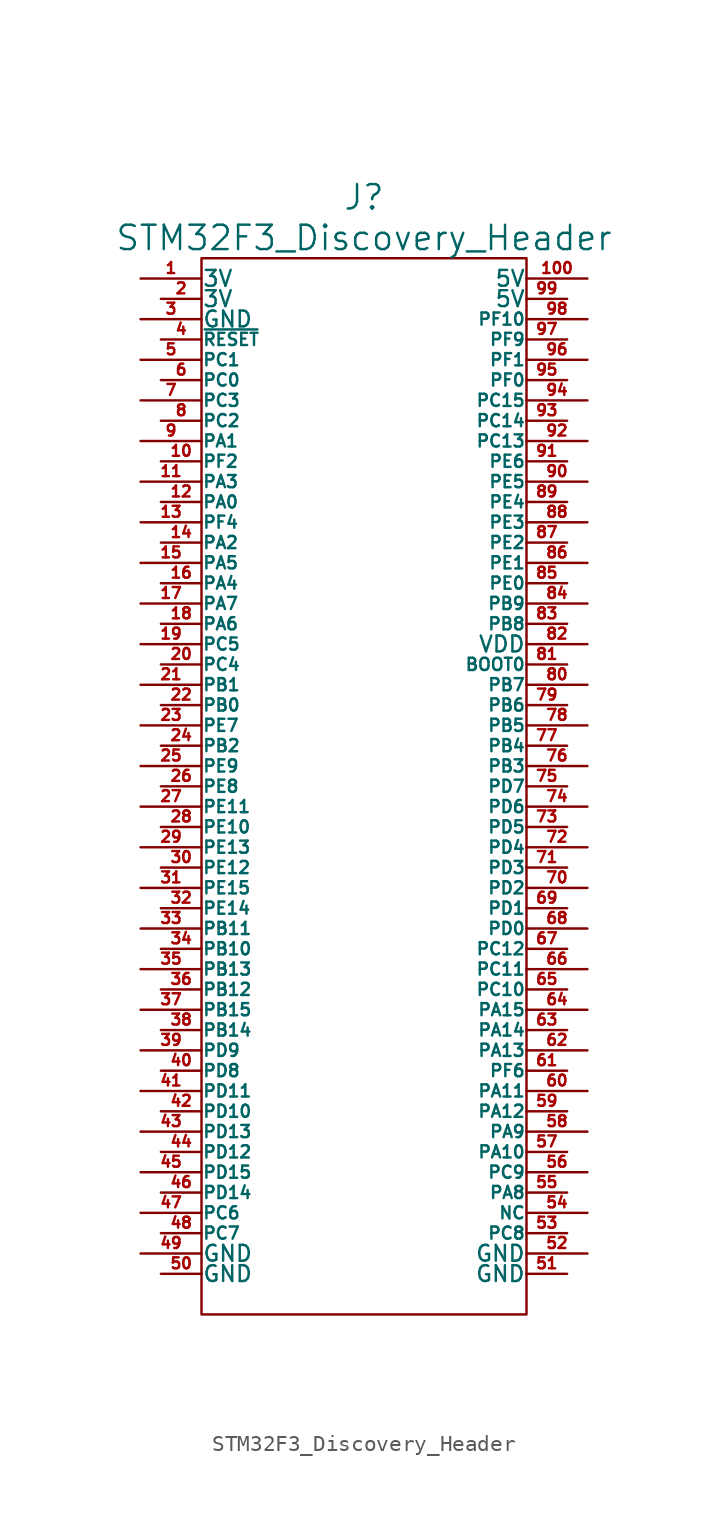
<source format=kicad_sym>
(kicad_symbol_lib
  (version 20201005)
  (generator kicad_symbol_editor)
  (symbol "STM32F3_Discovery_Header"
    (pin_names
      (offset 0.025))
    (property "Reference" "J"
      (at 0 36.83 0)
      (effects (font (size 1.524 1.524))))
    (property "Value" "STM32F3_Discovery_Header"
      (at 0 34.29 0)
      (effects (font (size 1.524 1.524))))
    (property "Footprint" ""
      (at 0 8.89 0)
      (effects (font (size 1.524 1.524))))
    (property "Datasheet" ""
      (at 0 8.89 0)
      (effects (font (size 1.524 1.524))))
    (symbol "STM32F3_Discovery_Header_0_1"
      (rectangle (start 10.16 -33.02) (end -10.16 33.02) (stroke (width 0)) (fill (type none))))
    (symbol "STM32F3_Discovery_Header_1_1"
      (pin passive line (at -13.97 31.75 0) (length 3.81) (name "3V" (effects (font (size 0.991 0.991)))) (number "1" (effects (font (size 0.686 0.686)))))
      (pin passive line (at -12.7 20.32 0) (length 2.54) (name "PF2" (effects (font (size 0.762 0.762)))) (number "10" (effects (font (size 0.686 0.686)))))
      (pin passive line (at 13.97 31.75 180) (length 3.81) (name "5V" (effects (font (size 0.991 0.991)))) (number "100" (effects (font (size 0.686 0.686)))))
      (pin passive line (at -13.97 19.05 0) (length 3.81) (name "PA3" (effects (font (size 0.762 0.762)))) (number "11" (effects (font (size 0.686 0.686)))))
      (pin passive line (at -12.7 17.78 0) (length 2.54) (name "PA0" (effects (font (size 0.762 0.762)))) (number "12" (effects (font (size 0.686 0.686)))))
      (pin passive line (at -13.97 16.51 0) (length 3.81) (name "PF4" (effects (font (size 0.762 0.762)))) (number "13" (effects (font (size 0.686 0.686)))))
      (pin passive line (at -12.7 15.24 0) (length 2.54) (name "PA2" (effects (font (size 0.762 0.762)))) (number "14" (effects (font (size 0.686 0.686)))))
      (pin passive line (at -13.97 13.97 0) (length 3.81) (name "PA5" (effects (font (size 0.762 0.762)))) (number "15" (effects (font (size 0.686 0.686)))))
      (pin passive line (at -12.7 12.7 0) (length 2.54) (name "PA4" (effects (font (size 0.762 0.762)))) (number "16" (effects (font (size 0.686 0.686)))))
      (pin passive line (at -13.97 11.43 0) (length 3.81) (name "PA7" (effects (font (size 0.762 0.762)))) (number "17" (effects (font (size 0.686 0.686)))))
      (pin passive line (at -12.7 10.16 0) (length 2.54) (name "PA6" (effects (font (size 0.762 0.762)))) (number "18" (effects (font (size 0.686 0.686)))))
      (pin passive line (at -13.97 8.89 0) (length 3.81) (name "PC5" (effects (font (size 0.762 0.762)))) (number "19" (effects (font (size 0.686 0.686)))))
      (pin passive line (at -12.7 30.48 0) (length 2.54) (name "3V" (effects (font (size 0.991 0.991)))) (number "2" (effects (font (size 0.686 0.686)))))
      (pin passive line (at -12.7 7.62 0) (length 2.54) (name "PC4" (effects (font (size 0.762 0.762)))) (number "20" (effects (font (size 0.686 0.686)))))
      (pin passive line (at -13.97 6.35 0) (length 3.81) (name "PB1" (effects (font (size 0.762 0.762)))) (number "21" (effects (font (size 0.686 0.686)))))
      (pin passive line (at -12.7 5.08 0) (length 2.54) (name "PB0" (effects (font (size 0.762 0.762)))) (number "22" (effects (font (size 0.686 0.686)))))
      (pin passive line (at -13.97 3.81 0) (length 3.81) (name "PE7" (effects (font (size 0.762 0.762)))) (number "23" (effects (font (size 0.686 0.686)))))
      (pin passive line (at -12.7 2.54 0) (length 2.54) (name "PB2" (effects (font (size 0.762 0.762)))) (number "24" (effects (font (size 0.686 0.686)))))
      (pin passive line (at -13.97 1.27 0) (length 3.81) (name "PE9" (effects (font (size 0.762 0.762)))) (number "25" (effects (font (size 0.686 0.686)))))
      (pin passive line (at -12.7 0 0) (length 2.54) (name "PE8" (effects (font (size 0.762 0.762)))) (number "26" (effects (font (size 0.686 0.686)))))
      (pin passive line (at -13.97 -1.27 0) (length 3.81) (name "PE11" (effects (font (size 0.762 0.762)))) (number "27" (effects (font (size 0.686 0.686)))))
      (pin passive line (at -12.7 -2.54 0) (length 2.54) (name "PE10" (effects (font (size 0.762 0.762)))) (number "28" (effects (font (size 0.686 0.686)))))
      (pin passive line (at -13.97 -3.81 0) (length 3.81) (name "PE13" (effects (font (size 0.762 0.762)))) (number "29" (effects (font (size 0.686 0.686)))))
      (pin passive line (at -13.97 29.21 0) (length 3.81) (name "GND" (effects (font (size 0.991 0.991)))) (number "3" (effects (font (size 0.686 0.686)))))
      (pin passive line (at -12.7 -5.08 0) (length 2.54) (name "PE12" (effects (font (size 0.762 0.762)))) (number "30" (effects (font (size 0.686 0.686)))))
      (pin passive line (at -13.97 -6.35 0) (length 3.81) (name "PE15" (effects (font (size 0.762 0.762)))) (number "31" (effects (font (size 0.686 0.686)))))
      (pin passive line (at -12.7 -7.62 0) (length 2.54) (name "PE14" (effects (font (size 0.762 0.762)))) (number "32" (effects (font (size 0.686 0.686)))))
      (pin passive line (at -13.97 -8.89 0) (length 3.81) (name "PB11" (effects (font (size 0.762 0.762)))) (number "33" (effects (font (size 0.686 0.686)))))
      (pin passive line (at -12.7 -10.16 0) (length 2.54) (name "PB10" (effects (font (size 0.762 0.762)))) (number "34" (effects (font (size 0.686 0.686)))))
      (pin passive line (at -13.97 -11.43 0) (length 3.81) (name "PB13" (effects (font (size 0.762 0.762)))) (number "35" (effects (font (size 0.686 0.686)))))
      (pin passive line (at -12.7 -12.7 0) (length 2.54) (name "PB12" (effects (font (size 0.762 0.762)))) (number "36" (effects (font (size 0.686 0.686)))))
      (pin passive line (at -13.97 -13.97 0) (length 3.81) (name "PB15" (effects (font (size 0.762 0.762)))) (number "37" (effects (font (size 0.686 0.686)))))
      (pin passive line (at -12.7 -15.24 0) (length 2.54) (name "PB14" (effects (font (size 0.762 0.762)))) (number "38" (effects (font (size 0.686 0.686)))))
      (pin passive line (at -13.97 -16.51 0) (length 3.81) (name "PD9" (effects (font (size 0.762 0.762)))) (number "39" (effects (font (size 0.686 0.686)))))
      (pin passive line (at -12.7 27.94 0) (length 2.54) (name "~RESET" (effects (font (size 0.762 0.762)))) (number "4" (effects (font (size 0.686 0.686)))))
      (pin passive line (at -12.7 -17.78 0) (length 2.54) (name "PD8" (effects (font (size 0.762 0.762)))) (number "40" (effects (font (size 0.686 0.686)))))
      (pin passive line (at -13.97 -19.05 0) (length 3.81) (name "PD11" (effects (font (size 0.762 0.762)))) (number "41" (effects (font (size 0.686 0.686)))))
      (pin passive line (at -12.7 -20.32 0) (length 2.54) (name "PD10" (effects (font (size 0.762 0.762)))) (number "42" (effects (font (size 0.686 0.686)))))
      (pin passive line (at -13.97 -21.59 0) (length 3.81) (name "PD13" (effects (font (size 0.762 0.762)))) (number "43" (effects (font (size 0.686 0.686)))))
      (pin passive line (at -12.7 -22.86 0) (length 2.54) (name "PD12" (effects (font (size 0.762 0.762)))) (number "44" (effects (font (size 0.686 0.686)))))
      (pin passive line (at -13.97 -24.13 0) (length 3.81) (name "PD15" (effects (font (size 0.762 0.762)))) (number "45" (effects (font (size 0.686 0.686)))))
      (pin passive line (at -12.7 -25.4 0) (length 2.54) (name "PD14" (effects (font (size 0.762 0.762)))) (number "46" (effects (font (size 0.686 0.686)))))
      (pin passive line (at -13.97 -26.67 0) (length 3.81) (name "PC6" (effects (font (size 0.762 0.762)))) (number "47" (effects (font (size 0.686 0.686)))))
      (pin passive line (at -12.7 -27.94 0) (length 2.54) (name "PC7" (effects (font (size 0.762 0.762)))) (number "48" (effects (font (size 0.686 0.686)))))
      (pin passive line (at -13.97 -29.21 0) (length 3.81) (name "GND" (effects (font (size 0.991 0.991)))) (number "49" (effects (font (size 0.686 0.686)))))
      (pin passive line (at -13.97 26.67 0) (length 3.81) (name "PC1" (effects (font (size 0.762 0.762)))) (number "5" (effects (font (size 0.686 0.686)))))
      (pin passive line (at -12.7 -30.48 0) (length 2.54) (name "GND" (effects (font (size 0.991 0.991)))) (number "50" (effects (font (size 0.686 0.686)))))
      (pin passive line (at 12.7 -30.48 180) (length 2.54) (name "GND" (effects (font (size 0.991 0.991)))) (number "51" (effects (font (size 0.686 0.686)))))
      (pin passive line (at 13.97 -29.21 180) (length 3.81) (name "GND" (effects (font (size 0.991 0.991)))) (number "52" (effects (font (size 0.686 0.686)))))
      (pin passive line (at 12.7 -27.94 180) (length 2.54) (name "PC8" (effects (font (size 0.762 0.762)))) (number "53" (effects (font (size 0.686 0.686)))))
      (pin passive line (at 13.97 -26.67 180) (length 3.81) (name "NC" (effects (font (size 0.762 0.762)))) (number "54" (effects (font (size 0.686 0.686)))))
      (pin passive line (at 12.7 -25.4 180) (length 2.54) (name "PA8" (effects (font (size 0.762 0.762)))) (number "55" (effects (font (size 0.686 0.686)))))
      (pin passive line (at 13.97 -24.13 180) (length 3.81) (name "PC9" (effects (font (size 0.762 0.762)))) (number "56" (effects (font (size 0.686 0.686)))))
      (pin passive line (at 12.7 -22.86 180) (length 2.54) (name "PA10" (effects (font (size 0.762 0.762)))) (number "57" (effects (font (size 0.686 0.686)))))
      (pin passive line (at 13.97 -21.59 180) (length 3.81) (name "PA9" (effects (font (size 0.762 0.762)))) (number "58" (effects (font (size 0.686 0.686)))))
      (pin passive line (at 12.7 -20.32 180) (length 2.54) (name "PA12" (effects (font (size 0.762 0.762)))) (number "59" (effects (font (size 0.686 0.686)))))
      (pin passive line (at -12.7 25.4 0) (length 2.54) (name "PC0" (effects (font (size 0.762 0.762)))) (number "6" (effects (font (size 0.686 0.686)))))
      (pin passive line (at 13.97 -19.05 180) (length 3.81) (name "PA11" (effects (font (size 0.762 0.762)))) (number "60" (effects (font (size 0.686 0.686)))))
      (pin passive line (at 12.7 -17.78 180) (length 2.54) (name "PF6" (effects (font (size 0.762 0.762)))) (number "61" (effects (font (size 0.686 0.686)))))
      (pin passive line (at 13.97 -16.51 180) (length 3.81) (name "PA13" (effects (font (size 0.762 0.762)))) (number "62" (effects (font (size 0.686 0.686)))))
      (pin passive line (at 12.7 -15.24 180) (length 2.54) (name "PA14" (effects (font (size 0.762 0.762)))) (number "63" (effects (font (size 0.686 0.686)))))
      (pin passive line (at 13.97 -13.97 180) (length 3.81) (name "PA15" (effects (font (size 0.762 0.762)))) (number "64" (effects (font (size 0.686 0.686)))))
      (pin passive line (at 12.7 -12.7 180) (length 2.54) (name "PC10" (effects (font (size 0.762 0.762)))) (number "65" (effects (font (size 0.686 0.686)))))
      (pin passive line (at 13.97 -11.43 180) (length 3.81) (name "PC11" (effects (font (size 0.762 0.762)))) (number "66" (effects (font (size 0.686 0.686)))))
      (pin passive line (at 12.7 -10.16 180) (length 2.54) (name "PC12" (effects (font (size 0.762 0.762)))) (number "67" (effects (font (size 0.686 0.686)))))
      (pin passive line (at 13.97 -8.89 180) (length 3.81) (name "PD0" (effects (font (size 0.762 0.762)))) (number "68" (effects (font (size 0.686 0.686)))))
      (pin passive line (at 12.7 -7.62 180) (length 2.54) (name "PD1" (effects (font (size 0.762 0.762)))) (number "69" (effects (font (size 0.686 0.686)))))
      (pin passive line (at -13.97 24.13 0) (length 3.81) (name "PC3" (effects (font (size 0.762 0.762)))) (number "7" (effects (font (size 0.686 0.686)))))
      (pin passive line (at 13.97 -6.35 180) (length 3.81) (name "PD2" (effects (font (size 0.762 0.762)))) (number "70" (effects (font (size 0.686 0.686)))))
      (pin passive line (at 12.7 -5.08 180) (length 2.54) (name "PD3" (effects (font (size 0.762 0.762)))) (number "71" (effects (font (size 0.686 0.686)))))
      (pin passive line (at 13.97 -3.81 180) (length 3.81) (name "PD4" (effects (font (size 0.762 0.762)))) (number "72" (effects (font (size 0.686 0.686)))))
      (pin passive line (at 12.7 -2.54 180) (length 2.54) (name "PD5" (effects (font (size 0.762 0.762)))) (number "73" (effects (font (size 0.686 0.686)))))
      (pin passive line (at 13.97 -1.27 180) (length 3.81) (name "PD6" (effects (font (size 0.762 0.762)))) (number "74" (effects (font (size 0.686 0.686)))))
      (pin passive line (at 12.7 0 180) (length 2.54) (name "PD7" (effects (font (size 0.762 0.762)))) (number "75" (effects (font (size 0.686 0.686)))))
      (pin passive line (at 13.97 1.27 180) (length 3.81) (name "PB3" (effects (font (size 0.762 0.762)))) (number "76" (effects (font (size 0.686 0.686)))))
      (pin passive line (at 12.7 2.54 180) (length 2.54) (name "PB4" (effects (font (size 0.762 0.762)))) (number "77" (effects (font (size 0.686 0.686)))))
      (pin passive line (at 13.97 3.81 180) (length 3.81) (name "PB5" (effects (font (size 0.762 0.762)))) (number "78" (effects (font (size 0.686 0.686)))))
      (pin passive line (at 12.7 5.08 180) (length 2.54) (name "PB6" (effects (font (size 0.762 0.762)))) (number "79" (effects (font (size 0.686 0.686)))))
      (pin passive line (at -12.7 22.86 0) (length 2.54) (name "PC2" (effects (font (size 0.762 0.762)))) (number "8" (effects (font (size 0.686 0.686)))))
      (pin passive line (at 13.97 6.35 180) (length 3.81) (name "PB7" (effects (font (size 0.762 0.762)))) (number "80" (effects (font (size 0.686 0.686)))))
      (pin passive line (at 12.7 7.62 180) (length 2.54) (name "BOOT0" (effects (font (size 0.762 0.762)))) (number "81" (effects (font (size 0.686 0.686)))))
      (pin passive line (at 13.97 8.89 180) (length 3.81) (name "VDD" (effects (font (size 0.991 0.991)))) (number "82" (effects (font (size 0.686 0.686)))))
      (pin passive line (at 12.7 10.16 180) (length 2.54) (name "PB8" (effects (font (size 0.762 0.762)))) (number "83" (effects (font (size 0.686 0.686)))))
      (pin passive line (at 13.97 11.43 180) (length 3.81) (name "PB9" (effects (font (size 0.762 0.762)))) (number "84" (effects (font (size 0.686 0.686)))))
      (pin passive line (at 12.7 12.7 180) (length 2.54) (name "PE0" (effects (font (size 0.762 0.762)))) (number "85" (effects (font (size 0.686 0.686)))))
      (pin passive line (at 13.97 13.97 180) (length 3.81) (name "PE1" (effects (font (size 0.762 0.762)))) (number "86" (effects (font (size 0.686 0.686)))))
      (pin passive line (at 12.7 15.24 180) (length 2.54) (name "PE2" (effects (font (size 0.762 0.762)))) (number "87" (effects (font (size 0.686 0.686)))))
      (pin passive line (at 13.97 16.51 180) (length 3.81) (name "PE3" (effects (font (size 0.762 0.762)))) (number "88" (effects (font (size 0.686 0.686)))))
      (pin passive line (at 12.7 17.78 180) (length 2.54) (name "PE4" (effects (font (size 0.762 0.762)))) (number "89" (effects (font (size 0.686 0.686)))))
      (pin passive line (at -13.97 21.59 0) (length 3.81) (name "PA1" (effects (font (size 0.762 0.762)))) (number "9" (effects (font (size 0.686 0.686)))))
      (pin passive line (at 13.97 19.05 180) (length 3.81) (name "PE5" (effects (font (size 0.762 0.762)))) (number "90" (effects (font (size 0.686 0.686)))))
      (pin passive line (at 12.7 20.32 180) (length 2.54) (name "PE6" (effects (font (size 0.762 0.762)))) (number "91" (effects (font (size 0.686 0.686)))))
      (pin passive line (at 13.97 21.59 180) (length 3.81) (name "PC13" (effects (font (size 0.762 0.762)))) (number "92" (effects (font (size 0.686 0.686)))))
      (pin passive line (at 12.7 22.86 180) (length 2.54) (name "PC14" (effects (font (size 0.762 0.762)))) (number "93" (effects (font (size 0.686 0.686)))))
      (pin passive line (at 13.97 24.13 180) (length 3.81) (name "PC15" (effects (font (size 0.762 0.762)))) (number "94" (effects (font (size 0.686 0.686)))))
      (pin passive line (at 12.7 25.4 180) (length 2.54) (name "PF0" (effects (font (size 0.762 0.762)))) (number "95" (effects (font (size 0.686 0.686)))))
      (pin passive line (at 13.97 26.67 180) (length 3.81) (name "PF1" (effects (font (size 0.762 0.762)))) (number "96" (effects (font (size 0.686 0.686)))))
      (pin passive line (at 12.7 27.94 180) (length 2.54) (name "PF9" (effects (font (size 0.762 0.762)))) (number "97" (effects (font (size 0.686 0.686)))))
      (pin passive line (at 13.97 29.21 180) (length 3.81) (name "PF10" (effects (font (size 0.762 0.762)))) (number "98" (effects (font (size 0.686 0.686)))))
      (pin passive line (at 12.7 30.48 180) (length 2.54) (name "5V" (effects (font (size 0.991 0.991)))) (number "99" (effects (font (size 0.686 0.686))))))))
</source>
